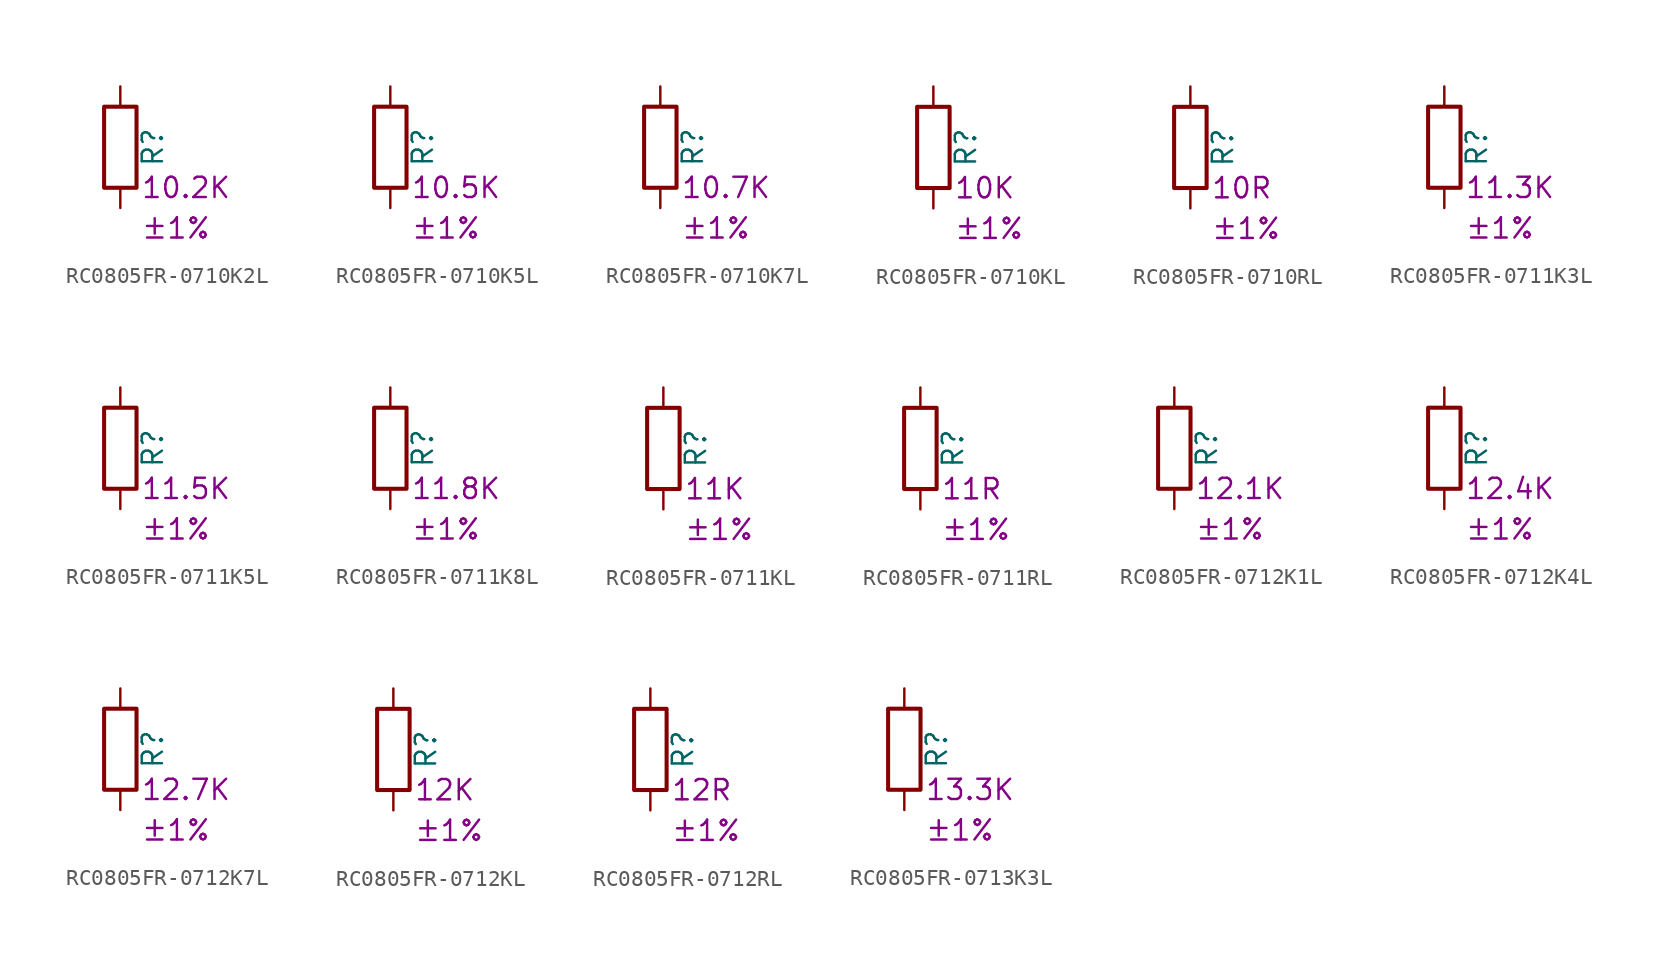
<source format=kicad_sym>
(kicad_symbol_lib
  (version 20220914)
  (generator kicad_symbol_editor)
  (symbol "RC0805FR-0710K2L"
    (pin_numbers hide)
    (pin_names
      (offset 0))
    (property "Reference" "R"
      (at 2.032 0 90)
      (effects (font (size 1.27 1.27))))
    (property "Resistance" "10.2K"
      (at 1.27 -2.54 0)
      (effects (font (size 1.27 1.27)) (justify left)))
    (property "Tolerance" "±1%"
      (at 1.27 -5.08 0)
      (effects (font (size 1.27 1.27)) (justify left)))
    (symbol "RC0805FR-0710K2L_0_1"
      (rectangle (start -1.016 -2.54) (end 1.016 2.54) (stroke (width 0.254) (type default)) (fill (type none))))
    (symbol "RC0805FR-0710K2L_1_1"
      (pin passive line (at 0 3.81 270) (length 1.27) (name "~" (effects (font (size 1.27 1.27)))) (number "1" (effects (font (size 1.27 1.27)))))
      (pin passive line (at 0 -3.81 90) (length 1.27) (name "~" (effects (font (size 1.27 1.27)))) (number "2" (effects (font (size 1.27 1.27)))))))
  (symbol "RC0805FR-0710K5L"
    (pin_numbers hide)
    (pin_names
      (offset 0))
    (property "Reference" "R"
      (at 2.032 0 90)
      (effects (font (size 1.27 1.27))))
    (property "Resistance" "10.5K"
      (at 1.27 -2.54 0)
      (effects (font (size 1.27 1.27)) (justify left)))
    (property "Tolerance" "±1%"
      (at 1.27 -5.08 0)
      (effects (font (size 1.27 1.27)) (justify left)))
    (symbol "RC0805FR-0710K5L_0_1"
      (rectangle (start -1.016 -2.54) (end 1.016 2.54) (stroke (width 0.254) (type default)) (fill (type none))))
    (symbol "RC0805FR-0710K5L_1_1"
      (pin passive line (at 0 3.81 270) (length 1.27) (name "~" (effects (font (size 1.27 1.27)))) (number "1" (effects (font (size 1.27 1.27)))))
      (pin passive line (at 0 -3.81 90) (length 1.27) (name "~" (effects (font (size 1.27 1.27)))) (number "2" (effects (font (size 1.27 1.27)))))))
  (symbol "RC0805FR-0710K7L"
    (pin_numbers hide)
    (pin_names
      (offset 0))
    (property "Reference" "R"
      (at 2.032 0 90)
      (effects (font (size 1.27 1.27))))
    (property "Resistance" "10.7K"
      (at 1.27 -2.54 0)
      (effects (font (size 1.27 1.27)) (justify left)))
    (property "Tolerance" "±1%"
      (at 1.27 -5.08 0)
      (effects (font (size 1.27 1.27)) (justify left)))
    (symbol "RC0805FR-0710K7L_0_1"
      (rectangle (start -1.016 -2.54) (end 1.016 2.54) (stroke (width 0.254) (type default)) (fill (type none))))
    (symbol "RC0805FR-0710K7L_1_1"
      (pin passive line (at 0 3.81 270) (length 1.27) (name "~" (effects (font (size 1.27 1.27)))) (number "1" (effects (font (size 1.27 1.27)))))
      (pin passive line (at 0 -3.81 90) (length 1.27) (name "~" (effects (font (size 1.27 1.27)))) (number "2" (effects (font (size 1.27 1.27)))))))
  (symbol "RC0805FR-0710KL"
    (pin_numbers hide)
    (pin_names
      (offset 0))
    (property "Reference" "R"
      (at 2.032 0 90)
      (effects (font (size 1.27 1.27))))
    (property "Resistance" "10K"
      (at 1.27 -2.54 0)
      (effects (font (size 1.27 1.27)) (justify left)))
    (property "Tolerance" "±1%"
      (at 1.27 -5.08 0)
      (effects (font (size 1.27 1.27)) (justify left)))
    (symbol "RC0805FR-0710KL_0_1"
      (rectangle (start -1.016 -2.54) (end 1.016 2.54) (stroke (width 0.254) (type default)) (fill (type none))))
    (symbol "RC0805FR-0710KL_1_1"
      (pin passive line (at 0 3.81 270) (length 1.27) (name "~" (effects (font (size 1.27 1.27)))) (number "1" (effects (font (size 1.27 1.27)))))
      (pin passive line (at 0 -3.81 90) (length 1.27) (name "~" (effects (font (size 1.27 1.27)))) (number "2" (effects (font (size 1.27 1.27)))))))
  (symbol "RC0805FR-0710RL"
    (pin_numbers hide)
    (pin_names
      (offset 0))
    (property "Reference" "R"
      (at 2.032 0 90)
      (effects (font (size 1.27 1.27))))
    (property "Resistance" "10R"
      (at 1.27 -2.54 0)
      (effects (font (size 1.27 1.27)) (justify left)))
    (property "Tolerance" "±1%"
      (at 1.27 -5.08 0)
      (effects (font (size 1.27 1.27)) (justify left)))
    (symbol "RC0805FR-0710RL_0_1"
      (rectangle (start -1.016 -2.54) (end 1.016 2.54) (stroke (width 0.254) (type default)) (fill (type none))))
    (symbol "RC0805FR-0710RL_1_1"
      (pin passive line (at 0 3.81 270) (length 1.27) (name "~" (effects (font (size 1.27 1.27)))) (number "1" (effects (font (size 1.27 1.27)))))
      (pin passive line (at 0 -3.81 90) (length 1.27) (name "~" (effects (font (size 1.27 1.27)))) (number "2" (effects (font (size 1.27 1.27)))))))
  (symbol "RC0805FR-0711K3L"
    (pin_numbers hide)
    (pin_names
      (offset 0))
    (property "Reference" "R"
      (at 2.032 0 90)
      (effects (font (size 1.27 1.27))))
    (property "Resistance" "11.3K"
      (at 1.27 -2.54 0)
      (effects (font (size 1.27 1.27)) (justify left)))
    (property "Tolerance" "±1%"
      (at 1.27 -5.08 0)
      (effects (font (size 1.27 1.27)) (justify left)))
    (symbol "RC0805FR-0711K3L_0_1"
      (rectangle (start -1.016 -2.54) (end 1.016 2.54) (stroke (width 0.254) (type default)) (fill (type none))))
    (symbol "RC0805FR-0711K3L_1_1"
      (pin passive line (at 0 3.81 270) (length 1.27) (name "~" (effects (font (size 1.27 1.27)))) (number "1" (effects (font (size 1.27 1.27)))))
      (pin passive line (at 0 -3.81 90) (length 1.27) (name "~" (effects (font (size 1.27 1.27)))) (number "2" (effects (font (size 1.27 1.27)))))))
  (symbol "RC0805FR-0711K5L"
    (pin_numbers hide)
    (pin_names
      (offset 0))
    (property "Reference" "R"
      (at 2.032 0 90)
      (effects (font (size 1.27 1.27))))
    (property "Resistance" "11.5K"
      (at 1.27 -2.54 0)
      (effects (font (size 1.27 1.27)) (justify left)))
    (property "Tolerance" "±1%"
      (at 1.27 -5.08 0)
      (effects (font (size 1.27 1.27)) (justify left)))
    (symbol "RC0805FR-0711K5L_0_1"
      (rectangle (start -1.016 -2.54) (end 1.016 2.54) (stroke (width 0.254) (type default)) (fill (type none))))
    (symbol "RC0805FR-0711K5L_1_1"
      (pin passive line (at 0 3.81 270) (length 1.27) (name "~" (effects (font (size 1.27 1.27)))) (number "1" (effects (font (size 1.27 1.27)))))
      (pin passive line (at 0 -3.81 90) (length 1.27) (name "~" (effects (font (size 1.27 1.27)))) (number "2" (effects (font (size 1.27 1.27)))))))
  (symbol "RC0805FR-0711K8L"
    (pin_numbers hide)
    (pin_names
      (offset 0))
    (property "Reference" "R"
      (at 2.032 0 90)
      (effects (font (size 1.27 1.27))))
    (property "Resistance" "11.8K"
      (at 1.27 -2.54 0)
      (effects (font (size 1.27 1.27)) (justify left)))
    (property "Tolerance" "±1%"
      (at 1.27 -5.08 0)
      (effects (font (size 1.27 1.27)) (justify left)))
    (symbol "RC0805FR-0711K8L_0_1"
      (rectangle (start -1.016 -2.54) (end 1.016 2.54) (stroke (width 0.254) (type default)) (fill (type none))))
    (symbol "RC0805FR-0711K8L_1_1"
      (pin passive line (at 0 3.81 270) (length 1.27) (name "~" (effects (font (size 1.27 1.27)))) (number "1" (effects (font (size 1.27 1.27)))))
      (pin passive line (at 0 -3.81 90) (length 1.27) (name "~" (effects (font (size 1.27 1.27)))) (number "2" (effects (font (size 1.27 1.27)))))))
  (symbol "RC0805FR-0711KL"
    (pin_numbers hide)
    (pin_names
      (offset 0))
    (property "Reference" "R"
      (at 2.032 0 90)
      (effects (font (size 1.27 1.27))))
    (property "Resistance" "11K"
      (at 1.27 -2.54 0)
      (effects (font (size 1.27 1.27)) (justify left)))
    (property "Tolerance" "±1%"
      (at 1.27 -5.08 0)
      (effects (font (size 1.27 1.27)) (justify left)))
    (symbol "RC0805FR-0711KL_0_1"
      (rectangle (start -1.016 -2.54) (end 1.016 2.54) (stroke (width 0.254) (type default)) (fill (type none))))
    (symbol "RC0805FR-0711KL_1_1"
      (pin passive line (at 0 3.81 270) (length 1.27) (name "~" (effects (font (size 1.27 1.27)))) (number "1" (effects (font (size 1.27 1.27)))))
      (pin passive line (at 0 -3.81 90) (length 1.27) (name "~" (effects (font (size 1.27 1.27)))) (number "2" (effects (font (size 1.27 1.27)))))))
  (symbol "RC0805FR-0711RL"
    (pin_numbers hide)
    (pin_names
      (offset 0))
    (property "Reference" "R"
      (at 2.032 0 90)
      (effects (font (size 1.27 1.27))))
    (property "Resistance" "11R"
      (at 1.27 -2.54 0)
      (effects (font (size 1.27 1.27)) (justify left)))
    (property "Tolerance" "±1%"
      (at 1.27 -5.08 0)
      (effects (font (size 1.27 1.27)) (justify left)))
    (symbol "RC0805FR-0711RL_0_1"
      (rectangle (start -1.016 -2.54) (end 1.016 2.54) (stroke (width 0.254) (type default)) (fill (type none))))
    (symbol "RC0805FR-0711RL_1_1"
      (pin passive line (at 0 3.81 270) (length 1.27) (name "~" (effects (font (size 1.27 1.27)))) (number "1" (effects (font (size 1.27 1.27)))))
      (pin passive line (at 0 -3.81 90) (length 1.27) (name "~" (effects (font (size 1.27 1.27)))) (number "2" (effects (font (size 1.27 1.27)))))))
  (symbol "RC0805FR-0712K1L"
    (pin_numbers hide)
    (pin_names
      (offset 0))
    (property "Reference" "R"
      (at 2.032 0 90)
      (effects (font (size 1.27 1.27))))
    (property "Resistance" "12.1K"
      (at 1.27 -2.54 0)
      (effects (font (size 1.27 1.27)) (justify left)))
    (property "Tolerance" "±1%"
      (at 1.27 -5.08 0)
      (effects (font (size 1.27 1.27)) (justify left)))
    (symbol "RC0805FR-0712K1L_0_1"
      (rectangle (start -1.016 -2.54) (end 1.016 2.54) (stroke (width 0.254) (type default)) (fill (type none))))
    (symbol "RC0805FR-0712K1L_1_1"
      (pin passive line (at 0 3.81 270) (length 1.27) (name "~" (effects (font (size 1.27 1.27)))) (number "1" (effects (font (size 1.27 1.27)))))
      (pin passive line (at 0 -3.81 90) (length 1.27) (name "~" (effects (font (size 1.27 1.27)))) (number "2" (effects (font (size 1.27 1.27)))))))
  (symbol "RC0805FR-0712K4L"
    (pin_numbers hide)
    (pin_names
      (offset 0))
    (property "Reference" "R"
      (at 2.032 0 90)
      (effects (font (size 1.27 1.27))))
    (property "Resistance" "12.4K"
      (at 1.27 -2.54 0)
      (effects (font (size 1.27 1.27)) (justify left)))
    (property "Tolerance" "±1%"
      (at 1.27 -5.08 0)
      (effects (font (size 1.27 1.27)) (justify left)))
    (symbol "RC0805FR-0712K4L_0_1"
      (rectangle (start -1.016 -2.54) (end 1.016 2.54) (stroke (width 0.254) (type default)) (fill (type none))))
    (symbol "RC0805FR-0712K4L_1_1"
      (pin passive line (at 0 3.81 270) (length 1.27) (name "~" (effects (font (size 1.27 1.27)))) (number "1" (effects (font (size 1.27 1.27)))))
      (pin passive line (at 0 -3.81 90) (length 1.27) (name "~" (effects (font (size 1.27 1.27)))) (number "2" (effects (font (size 1.27 1.27)))))))
  (symbol "RC0805FR-0712K7L"
    (pin_numbers hide)
    (pin_names
      (offset 0))
    (property "Reference" "R"
      (at 2.032 0 90)
      (effects (font (size 1.27 1.27))))
    (property "Resistance" "12.7K"
      (at 1.27 -2.54 0)
      (effects (font (size 1.27 1.27)) (justify left)))
    (property "Tolerance" "±1%"
      (at 1.27 -5.08 0)
      (effects (font (size 1.27 1.27)) (justify left)))
    (symbol "RC0805FR-0712K7L_0_1"
      (rectangle (start -1.016 -2.54) (end 1.016 2.54) (stroke (width 0.254) (type default)) (fill (type none))))
    (symbol "RC0805FR-0712K7L_1_1"
      (pin passive line (at 0 3.81 270) (length 1.27) (name "~" (effects (font (size 1.27 1.27)))) (number "1" (effects (font (size 1.27 1.27)))))
      (pin passive line (at 0 -3.81 90) (length 1.27) (name "~" (effects (font (size 1.27 1.27)))) (number "2" (effects (font (size 1.27 1.27)))))))
  (symbol "RC0805FR-0712KL"
    (pin_numbers hide)
    (pin_names
      (offset 0))
    (property "Reference" "R"
      (at 2.032 0 90)
      (effects (font (size 1.27 1.27))))
    (property "Resistance" "12K"
      (at 1.27 -2.54 0)
      (effects (font (size 1.27 1.27)) (justify left)))
    (property "Tolerance" "±1%"
      (at 1.27 -5.08 0)
      (effects (font (size 1.27 1.27)) (justify left)))
    (symbol "RC0805FR-0712KL_0_1"
      (rectangle (start -1.016 -2.54) (end 1.016 2.54) (stroke (width 0.254) (type default)) (fill (type none))))
    (symbol "RC0805FR-0712KL_1_1"
      (pin passive line (at 0 3.81 270) (length 1.27) (name "~" (effects (font (size 1.27 1.27)))) (number "1" (effects (font (size 1.27 1.27)))))
      (pin passive line (at 0 -3.81 90) (length 1.27) (name "~" (effects (font (size 1.27 1.27)))) (number "2" (effects (font (size 1.27 1.27)))))))
  (symbol "RC0805FR-0712RL"
    (pin_numbers hide)
    (pin_names
      (offset 0))
    (property "Reference" "R"
      (at 2.032 0 90)
      (effects (font (size 1.27 1.27))))
    (property "Resistance" "12R"
      (at 1.27 -2.54 0)
      (effects (font (size 1.27 1.27)) (justify left)))
    (property "Tolerance" "±1%"
      (at 1.27 -5.08 0)
      (effects (font (size 1.27 1.27)) (justify left)))
    (symbol "RC0805FR-0712RL_0_1"
      (rectangle (start -1.016 -2.54) (end 1.016 2.54) (stroke (width 0.254) (type default)) (fill (type none))))
    (symbol "RC0805FR-0712RL_1_1"
      (pin passive line (at 0 3.81 270) (length 1.27) (name "~" (effects (font (size 1.27 1.27)))) (number "1" (effects (font (size 1.27 1.27)))))
      (pin passive line (at 0 -3.81 90) (length 1.27) (name "~" (effects (font (size 1.27 1.27)))) (number "2" (effects (font (size 1.27 1.27)))))))
  (symbol "RC0805FR-0713K3L"
    (pin_numbers hide)
    (pin_names
      (offset 0))
    (property "Reference" "R"
      (at 2.032 0 90)
      (effects (font (size 1.27 1.27))))
    (property "Resistance" "13.3K"
      (at 1.27 -2.54 0)
      (effects (font (size 1.27 1.27)) (justify left)))
    (property "Tolerance" "±1%"
      (at 1.27 -5.08 0)
      (effects (font (size 1.27 1.27)) (justify left)))
    (symbol "RC0805FR-0713K3L_0_1"
      (rectangle (start -1.016 -2.54) (end 1.016 2.54) (stroke (width 0.254) (type default)) (fill (type none))))
    (symbol "RC0805FR-0713K3L_1_1"
      (pin passive line (at 0 3.81 270) (length 1.27) (name "~" (effects (font (size 1.27 1.27)))) (number "1" (effects (font (size 1.27 1.27)))))
      (pin passive line (at 0 -3.81 90) (length 1.27) (name "~" (effects (font (size 1.27 1.27)))) (number "2" (effects (font (size 1.27 1.27))))))))
</source>
